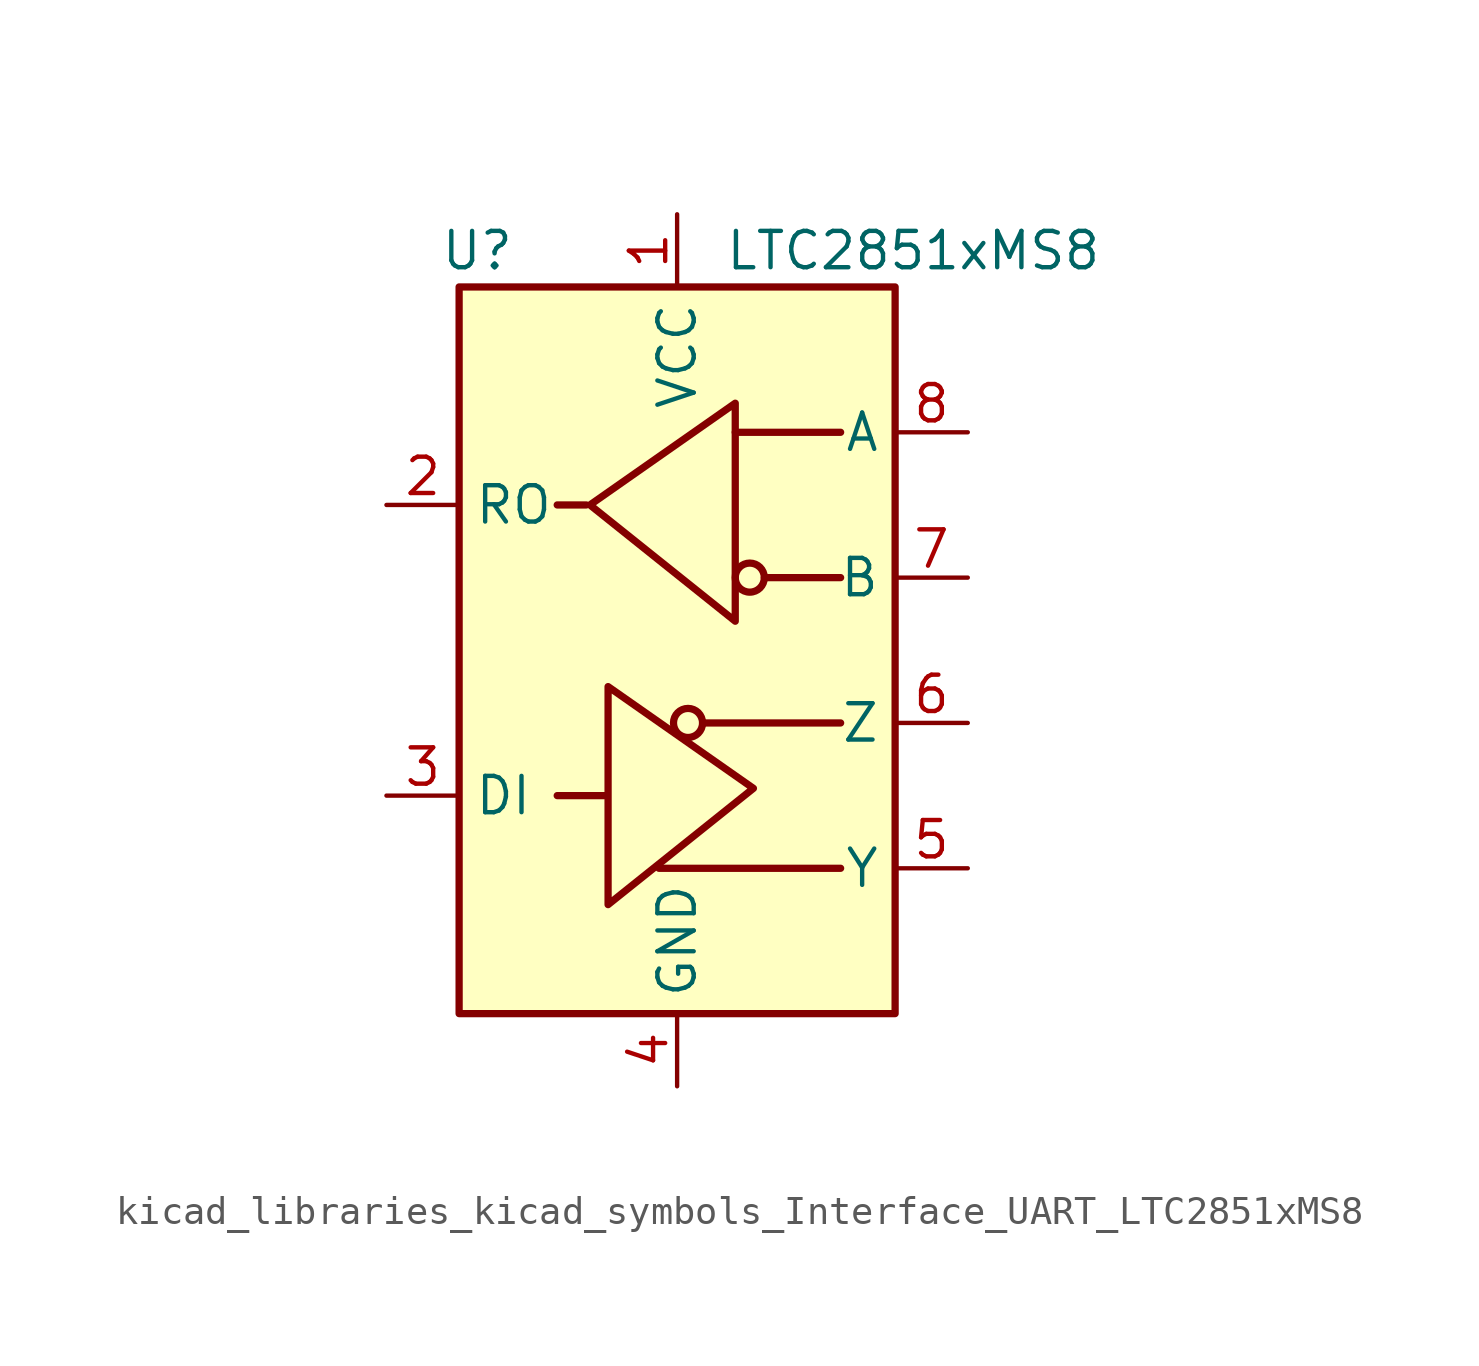
<source format=kicad_sym>
(kicad_symbol_lib
  (version 20220914)
  (generator kicad_symbol_editor)
  (symbol "kicad_libraries_kicad_symbols_Interface_UART_LTC2851xMS8"
    (property "Reference" "U"
      (at -6.985 13.97 0)
      (effects (font (size 1.27 1.27))))
    (property "Value" "LTC2851xMS8"
      (at 8.255 13.97 0)
      (effects (font (size 1.27 1.27))))
    (symbol "kicad_libraries_kicad_symbols_Interface_UART_LTC2851xMS8_0_1"
      (rectangle (start -7.62 12.7) (end 7.62 -12.7) (stroke (width 0.254) (type default)) (fill (type background))))
    (symbol "kicad_libraries_kicad_symbols_Interface_UART_LTC2851xMS8_1_1"
      (polyline (pts (xy -2.54 -5.08) (xy -4.191 -5.08)) (stroke (width 0.254) (type default)) (fill (type none)))
      (polyline (pts (xy -0.635 -7.62) (xy 5.715 -7.62)) (stroke (width 0.254) (type default)) (fill (type none)))
      (polyline (pts (xy 0.889 -2.54) (xy 5.715 -2.54)) (stroke (width 0.254) (type default)) (fill (type none)))
      (polyline (pts (xy 2.032 7.62) (xy 5.715 7.62)) (stroke (width 0.254) (type default)) (fill (type none)))
      (polyline (pts (xy 3.048 2.54) (xy 5.715 2.54)) (stroke (width 0.254) (type default)) (fill (type none)))
      (polyline (pts (xy -3.175 5.08) (xy -4.191 5.08) (xy -4.064 5.08)) (stroke (width 0.254) (type default)) (fill (type none)))
      (polyline (pts (xy -2.413 -5.08) (xy -2.413 -1.27) (xy 2.667 -4.826) (xy -2.413 -8.89) (xy -2.413 -5.08)) (stroke (width 0.254) (type default)) (fill (type none)))
      (polyline (pts (xy 2.032 4.826) (xy 2.032 8.636) (xy -3.048 5.08) (xy 2.032 1.016) (xy 2.032 4.826)) (stroke (width 0.254) (type default)) (fill (type none)))
      (circle (center 0.381 -2.54) (radius 0.508) (stroke (width 0.254) (type default)) (fill (type none)))
      (circle (center 2.54 2.54) (radius 0.508) (stroke (width 0.254) (type default)) (fill (type none)))
      (pin power_in line (at 0 15.24 270) (length 2.54) (name "VCC" (effects (font (size 1.27 1.27)))) (number "1" (effects (font (size 1.27 1.27)))))
      (pin output line (at -10.16 5.08 0) (length 2.54) (name "RO" (effects (font (size 1.27 1.27)))) (number "2" (effects (font (size 1.27 1.27)))))
      (pin input line (at -10.16 -5.08 0) (length 2.54) (name "DI" (effects (font (size 1.27 1.27)))) (number "3" (effects (font (size 1.27 1.27)))))
      (pin power_in line (at 0 -15.24 90) (length 2.54) (name "GND" (effects (font (size 1.27 1.27)))) (number "4" (effects (font (size 1.27 1.27)))))
      (pin output line (at 10.16 -7.62 180) (length 2.54) (name "Y" (effects (font (size 1.27 1.27)))) (number "5" (effects (font (size 1.27 1.27)))))
      (pin output line (at 10.16 -2.54 180) (length 2.54) (name "Z" (effects (font (size 1.27 1.27)))) (number "6" (effects (font (size 1.27 1.27)))))
      (pin input line (at 10.16 2.54 180) (length 2.54) (name "B" (effects (font (size 1.27 1.27)))) (number "7" (effects (font (size 1.27 1.27)))))
      (pin input line (at 10.16 7.62 180) (length 2.54) (name "A" (effects (font (size 1.27 1.27)))) (number "8" (effects (font (size 1.27 1.27))))))))
</source>
